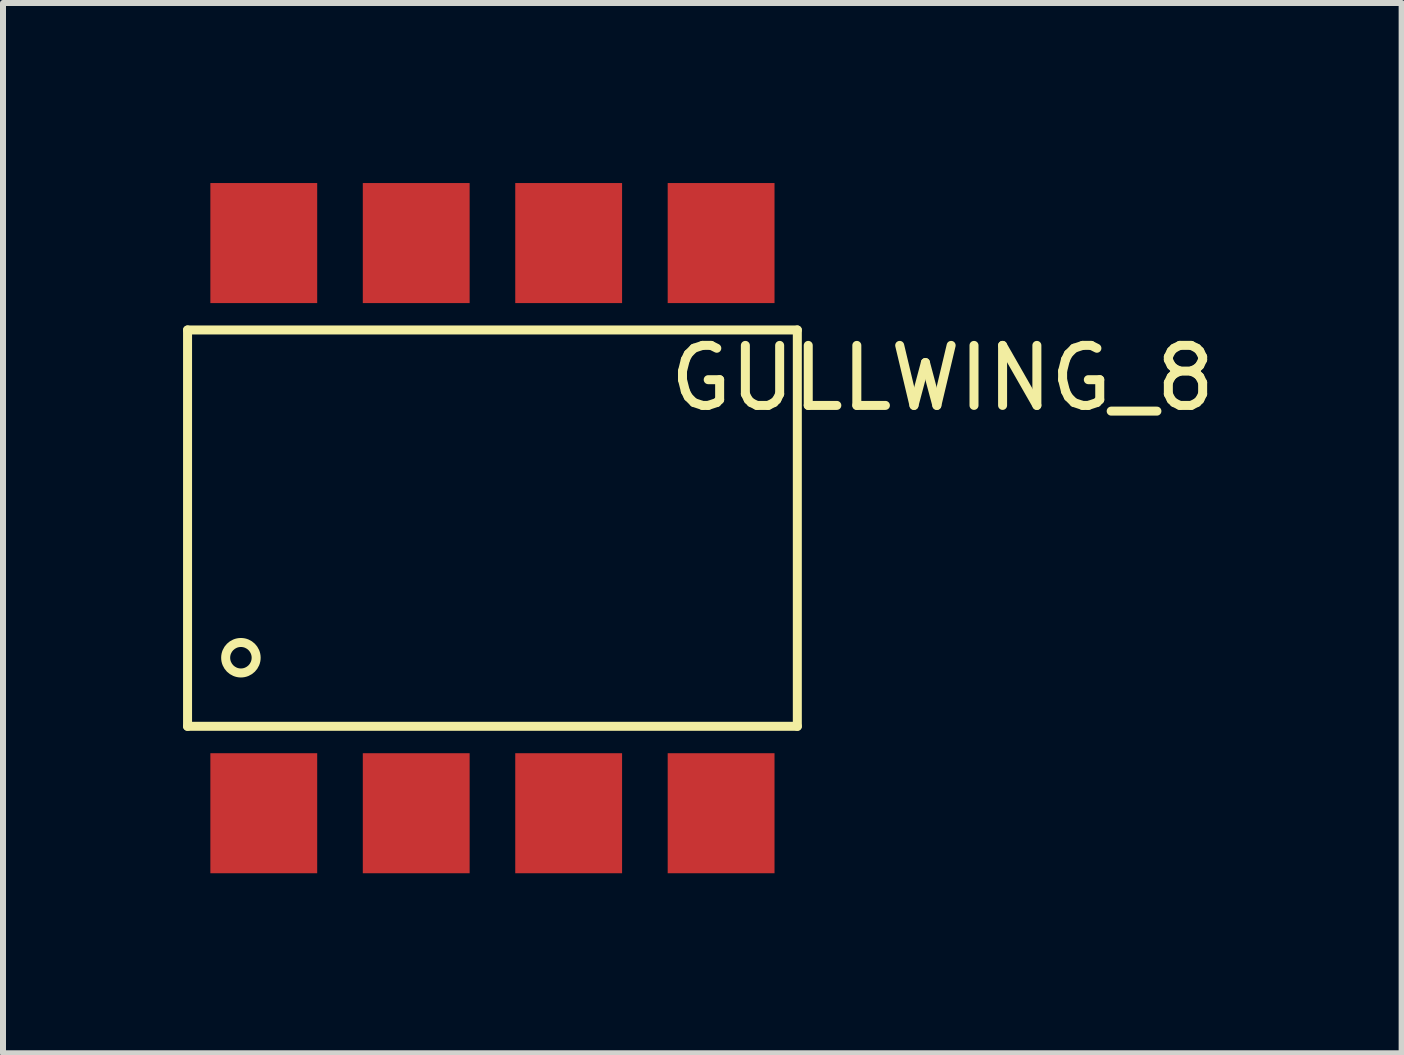
<source format=kicad_pcb>
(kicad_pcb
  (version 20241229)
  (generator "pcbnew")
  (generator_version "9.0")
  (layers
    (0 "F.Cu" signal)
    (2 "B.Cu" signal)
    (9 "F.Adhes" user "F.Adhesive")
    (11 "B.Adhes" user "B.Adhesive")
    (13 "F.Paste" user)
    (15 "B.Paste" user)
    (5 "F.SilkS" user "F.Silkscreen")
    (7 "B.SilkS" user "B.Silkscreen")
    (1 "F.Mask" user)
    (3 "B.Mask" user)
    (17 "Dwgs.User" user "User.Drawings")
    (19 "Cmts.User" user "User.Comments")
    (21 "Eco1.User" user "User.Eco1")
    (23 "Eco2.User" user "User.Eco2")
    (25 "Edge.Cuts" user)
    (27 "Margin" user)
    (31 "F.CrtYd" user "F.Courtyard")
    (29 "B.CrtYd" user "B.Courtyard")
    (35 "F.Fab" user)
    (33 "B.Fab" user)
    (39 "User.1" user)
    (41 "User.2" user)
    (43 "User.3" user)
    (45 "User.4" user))
  (footprint "GULLWING_8"
    (layer "F.Cu")
    (at 5.155 5.75)
    (property "Reference" "GULLWING_8" (at 7.5 -2.5 0) (layer "F.SilkS") (effects (font (size 1 1) (thickness 0.15))))
    (attr through_hole)
    (fp_line (start -5.08 -3.302) (end -5.08 3.302) (stroke (width 0.15) (type solid)) (layer "F.SilkS"))
    (fp_line (start -5.08 -3.302) (end 5.08 -3.302) (stroke (width 0.15) (type solid)) (layer "F.SilkS"))
    (fp_line (start 5.08 3.302) (end -5.08 3.302) (stroke (width 0.15) (type solid)) (layer "F.SilkS"))
    (fp_line (start 5.08 3.302) (end 5.08 -3.302) (stroke (width 0.15) (type solid)) (layer "F.SilkS"))
    (fp_circle (center -4.191 2.159) (end -3.937 2.159) (stroke (width 0.15) (type solid)) (fill no) (layer "F.SilkS"))
    (pad "1" smd rect (at -3.81 4.75) (size 1.78 2) (layers "F.Cu" "F.Mask" "F.Paste"))
    (pad "2" smd rect (at -1.27 4.75) (size 1.78 2) (layers "F.Cu" "F.Mask" "F.Paste"))
    (pad "3" smd rect (at 1.27 4.75) (size 1.78 2) (layers "F.Cu" "F.Mask" "F.Paste"))
    (pad "4" smd rect (at 3.81 4.75) (size 1.78 2) (layers "F.Cu" "F.Mask" "F.Paste"))
    (pad "5" smd rect (at 3.81 -4.75) (size 1.78 2) (layers "F.Cu" "F.Mask" "F.Paste"))
    (pad "6" smd rect (at 1.27 -4.75) (size 1.78 2) (layers "F.Cu" "F.Mask" "F.Paste"))
    (pad "7" smd rect (at -1.27 -4.75) (size 1.78 2) (layers "F.Cu" "F.Mask" "F.Paste"))
    (pad "8" smd rect (at -3.81 -4.75) (size 1.78 2) (layers "F.Cu" "F.Mask" "F.Paste")))
  (gr_rect
    (start -3 -3)
    (end 20.304 14.5)
    (stroke (width 0.1) (type default))
    (fill no)
    (layer "Edge.Cuts")))
</source>
